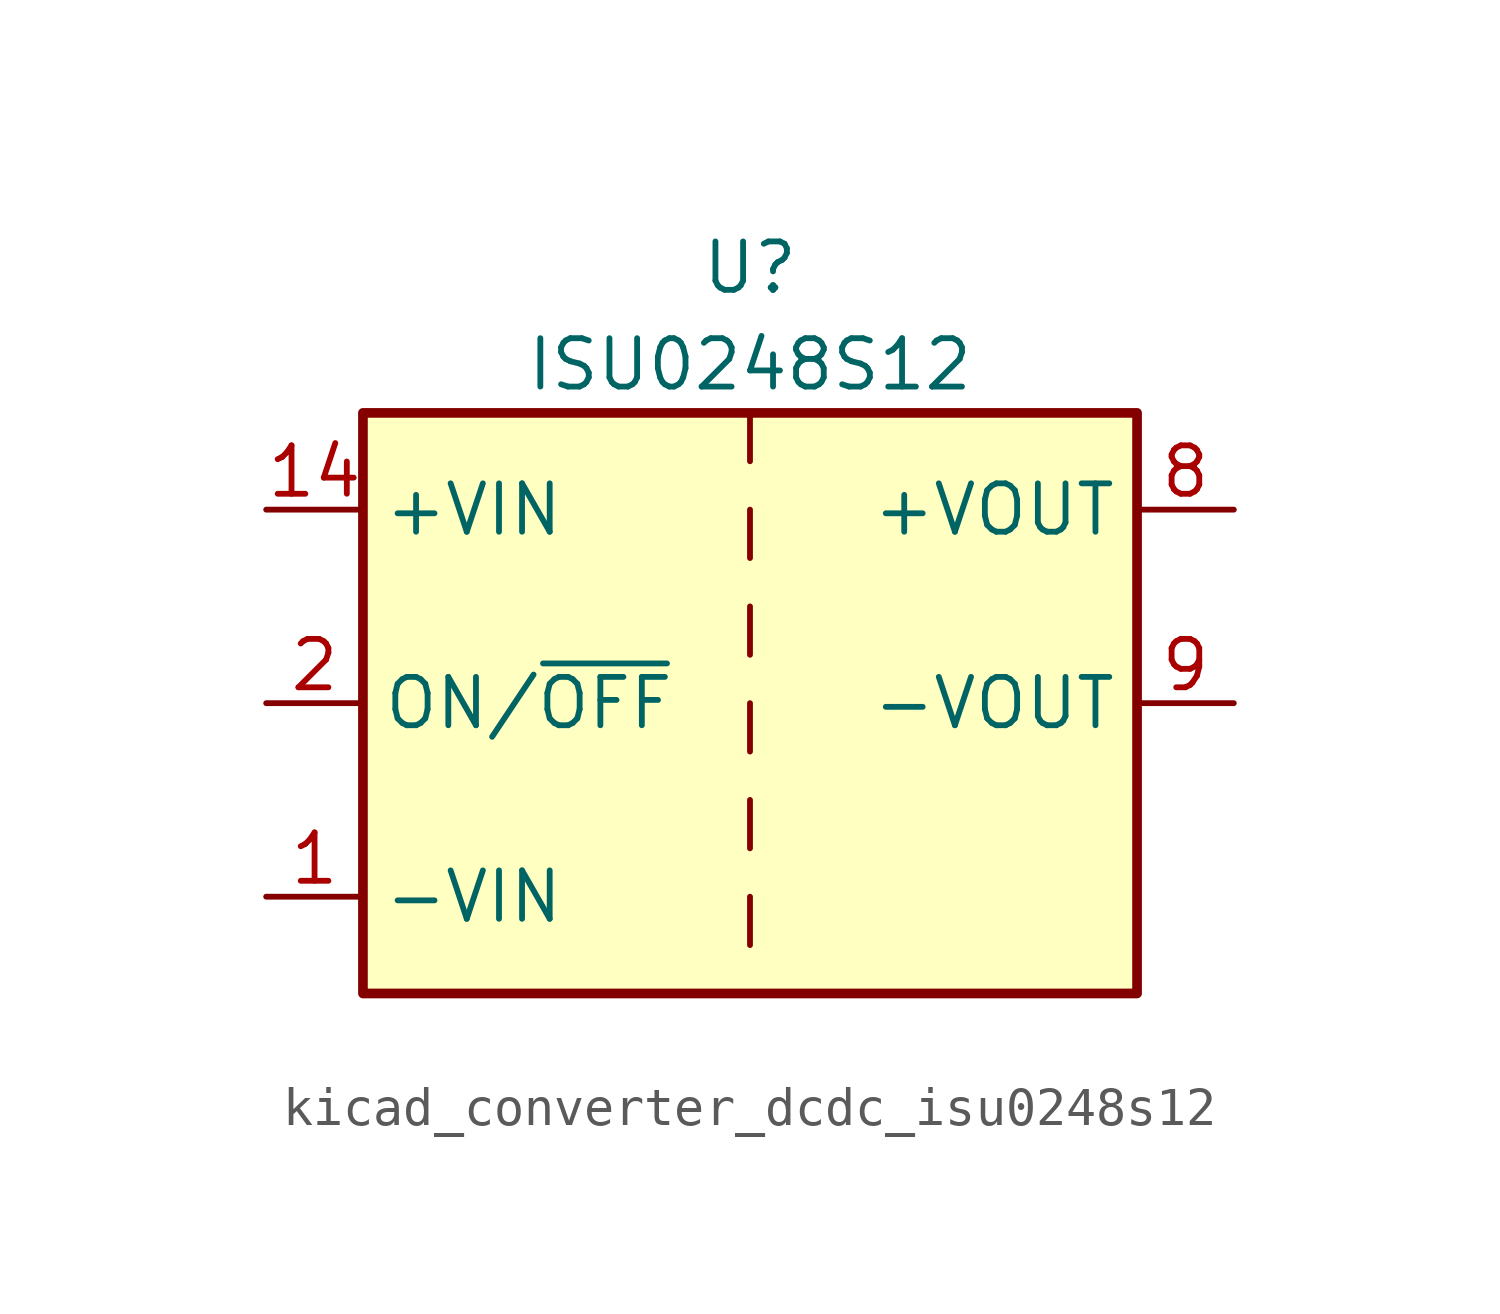
<source format=kicad_sym>
(kicad_symbol_lib
  (version 20220914)
  (generator kicad_symbol_editor)
  (symbol "kicad_converter_dcdc_isu0248s12"
    (property "Reference" "U"
      (at 0 11.43 0)
      (effects (font (size 1.27 1.27))))
    (property "Value" "ISU0248S12"
      (at 0 8.89 0)
      (effects (font (size 1.27 1.27))))
    (symbol "kicad_converter_dcdc_isu0248s12_0_1"
      (rectangle (start -10.16 7.62) (end 10.16 -7.62) (stroke (width 0.254) (type default)) (fill (type background)))
      (polyline (pts (xy 0 -5.08) (xy 0 -6.35)) (stroke (width 0) (type default)) (fill (type none)))
      (polyline (pts (xy 0 -2.54) (xy 0 -3.81)) (stroke (width 0) (type default)) (fill (type none)))
      (polyline (pts (xy 0 0) (xy 0 -1.27)) (stroke (width 0) (type default)) (fill (type none)))
      (polyline (pts (xy 0 2.54) (xy 0 1.27)) (stroke (width 0) (type default)) (fill (type none)))
      (polyline (pts (xy 0 5.08) (xy 0 3.81)) (stroke (width 0) (type default)) (fill (type none)))
      (polyline (pts (xy 0 7.62) (xy 0 6.35)) (stroke (width 0) (type default)) (fill (type none))))
    (symbol "kicad_converter_dcdc_isu0248s12_1_1"
      (pin power_in line (at -12.7 -5.08 0) (length 2.54) (name "-VIN" (effects (font (size 1.27 1.27)))) (number "1" (effects (font (size 1.27 1.27)))))
      (pin power_in line (at -12.7 5.08 0) (length 2.54) (name "+VIN" (effects (font (size 1.27 1.27)))) (number "14" (effects (font (size 1.27 1.27)))))
      (pin input line (at -12.7 0 0) (length 2.54) (name "ON/~{OFF}" (effects (font (size 1.27 1.27)))) (number "2" (effects (font (size 1.27 1.27)))))
      (pin no_connect line (at 10.16 -2.54 180) (length 2.54) hide (name "NC" (effects (font (size 1.27 1.27)))) (number "6" (effects (font (size 1.27 1.27)))))
      (pin no_connect line (at 10.16 -5.08 180) (length 2.54) hide (name "NC" (effects (font (size 1.27 1.27)))) (number "7" (effects (font (size 1.27 1.27)))))
      (pin power_out line (at 12.7 5.08 180) (length 2.54) (name "+VOUT" (effects (font (size 1.27 1.27)))) (number "8" (effects (font (size 1.27 1.27)))))
      (pin power_out line (at 12.7 0 180) (length 2.54) (name "-VOUT" (effects (font (size 1.27 1.27)))) (number "9" (effects (font (size 1.27 1.27))))))))
</source>
